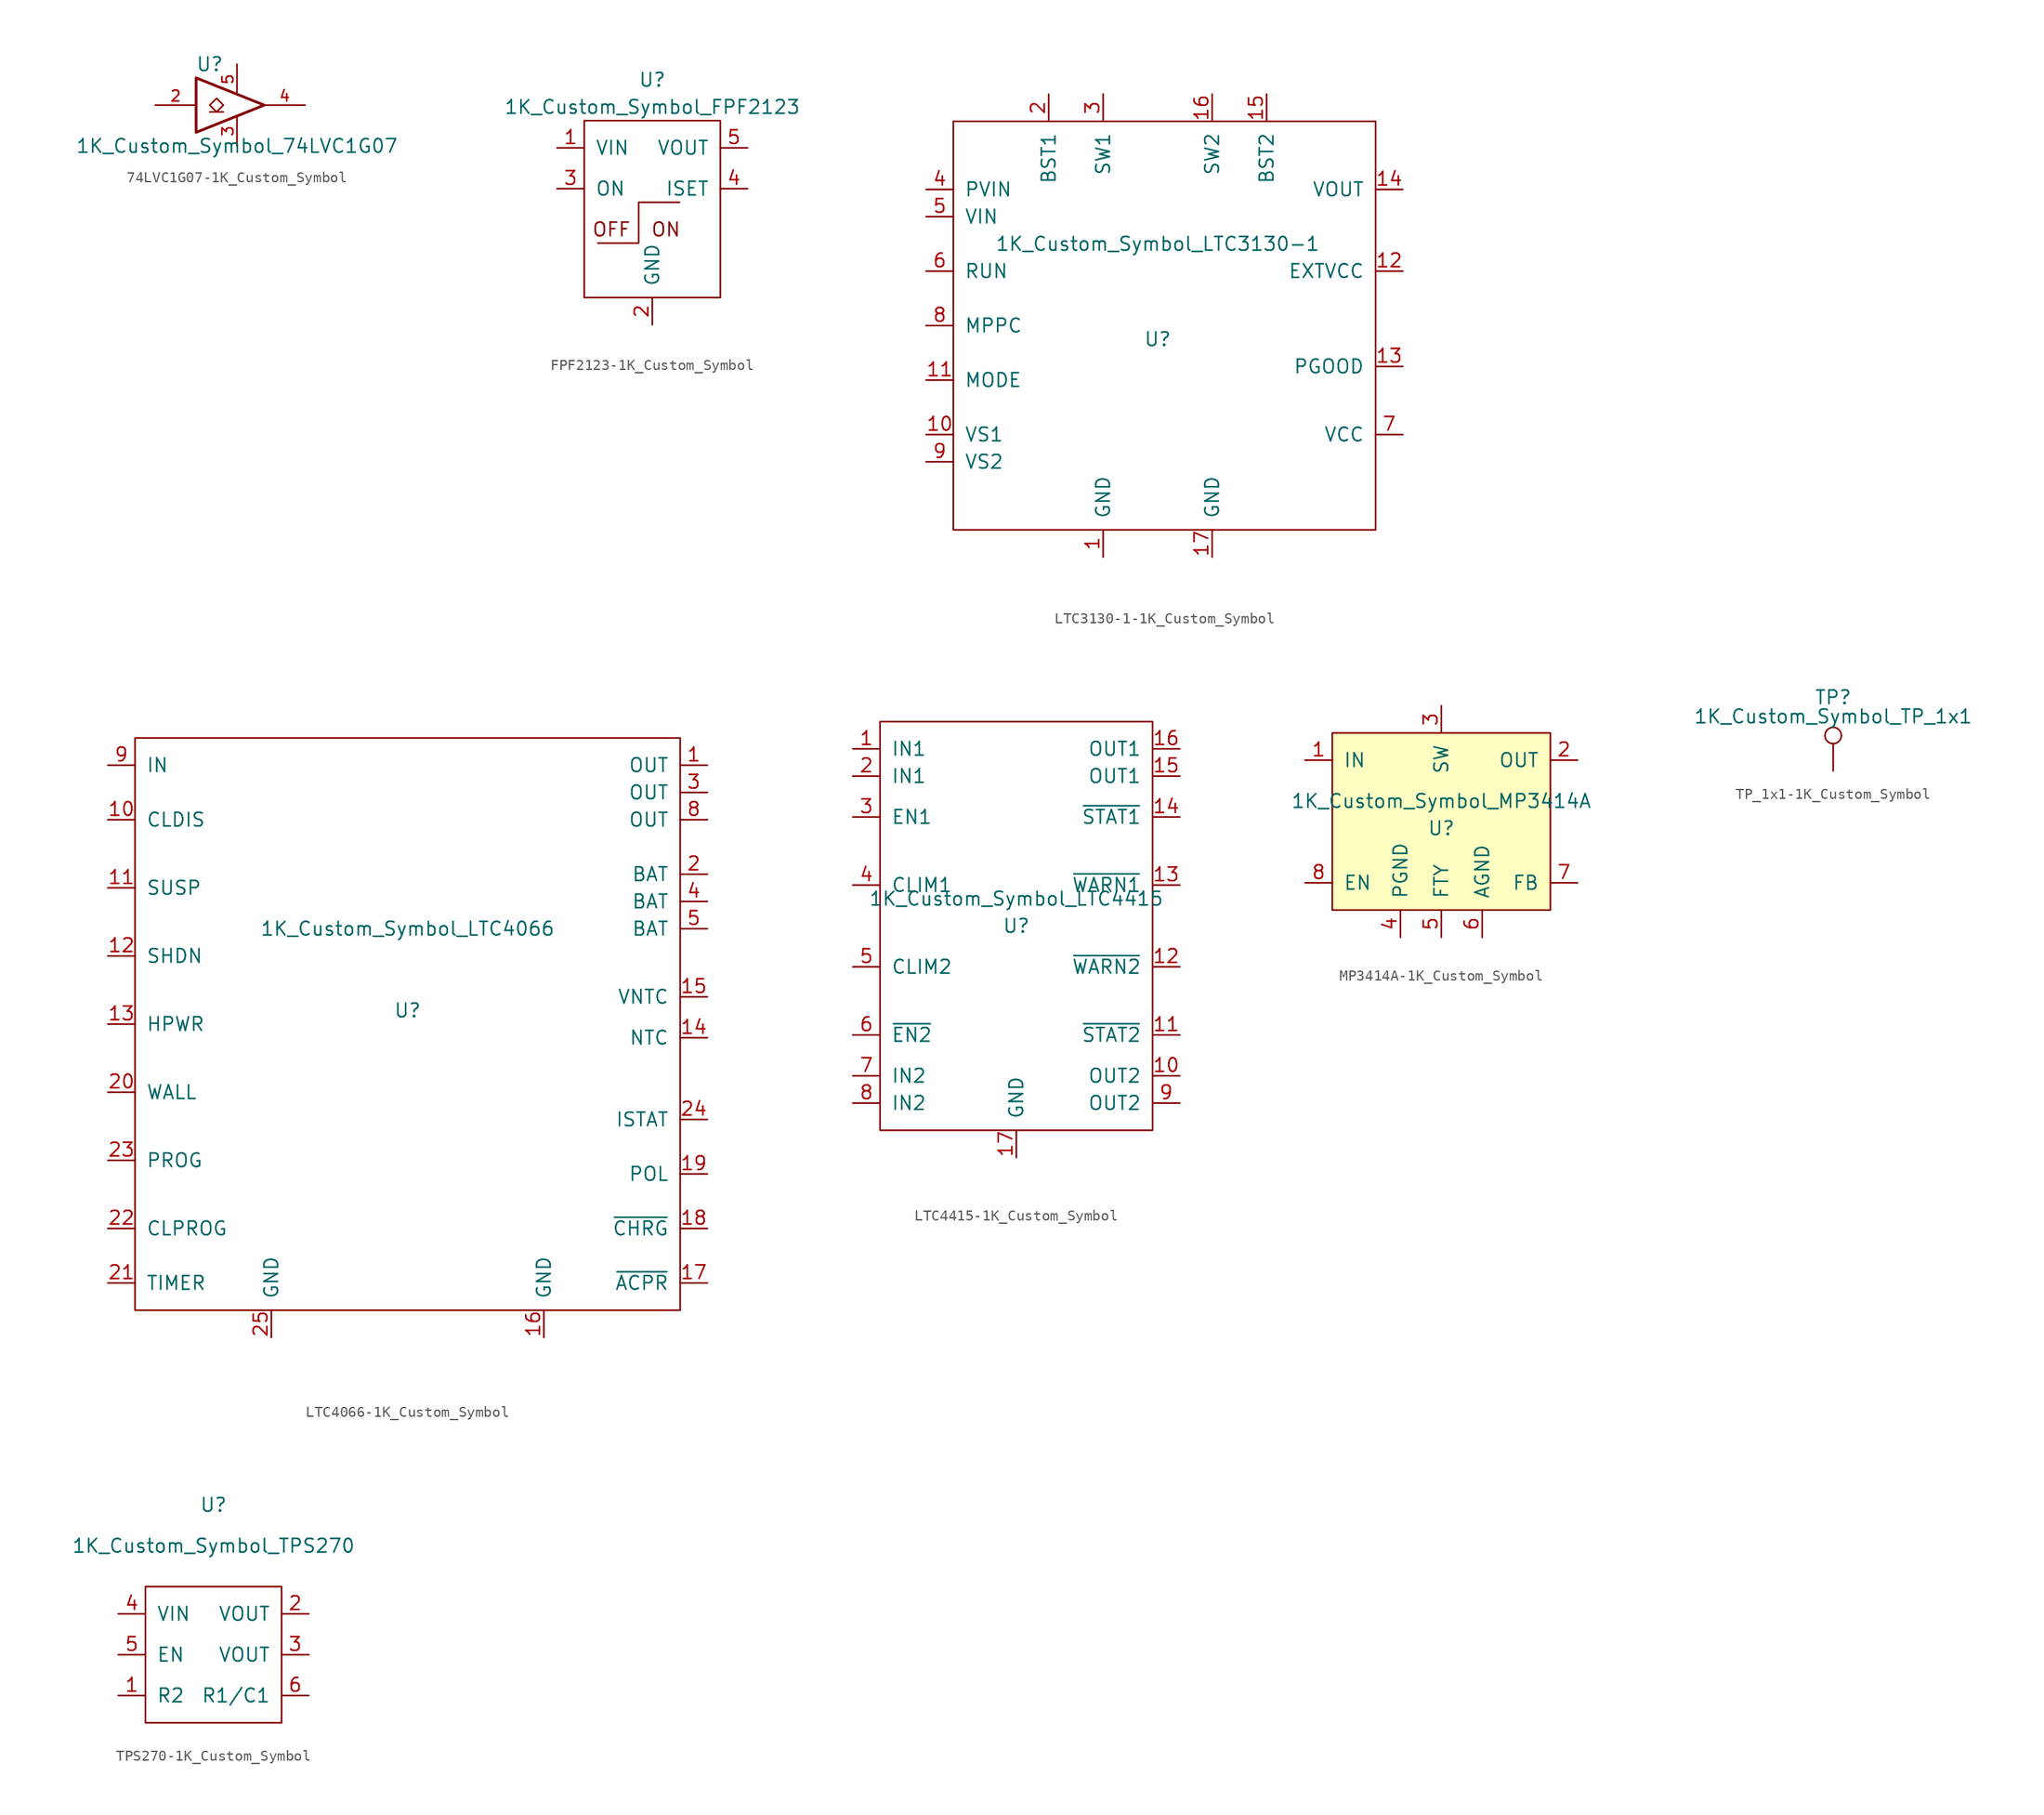
<source format=kicad_sym>
(kicad_symbol_lib
  (version 20231120)
  (generator "kicad_symbol_editor")
  (generator_version "8.0")
  (symbol "74LVC1G07-1K_Custom_Symbol"
    (pin_names
      (offset 1.016))
    (property "Reference" "U"
      (at -2.54 3.81 0)
      (effects (font (size 1.27 1.27))))
    (property "Value" "1K_Custom_Symbol_74LVC1G07"
      (at 0 -3.81 0)
      (effects (font (size 1.27 1.27))))
    (symbol "74LVC1G07-1K_Custom_Symbol_0_1"
      (polyline (pts (xy -2.54 -0.635) (xy -1.27 -0.635)) (stroke (width 0) (type solid)) (fill (type none)))
      (polyline (pts (xy -3.81 2.54) (xy -3.81 -2.54) (xy 2.54 0) (xy -3.81 2.54)) (stroke (width 0.254) (type solid)) (fill (type none)))
      (polyline (pts (xy -1.905 0.635) (xy -2.54 0) (xy -1.905 -0.635) (xy -1.27 0) (xy -1.905 0.635)) (stroke (width 0) (type solid)) (fill (type none))))
    (symbol "74LVC1G07-1K_Custom_Symbol_1_1"
      (pin input line (at -7.62 0 0) (length 3.81) (name "~" (effects (font (size 1.016 1.016)))) (number "2" (effects (font (size 1.016 1.016)))))
      (pin power_in line (at 0 -3.81 90) (length 2.794) (name "~" (effects (font (size 1.016 1.016)))) (number "3" (effects (font (size 1.016 1.016)))))
      (pin open_collector line (at 6.35 0 180) (length 3.81) (name "~" (effects (font (size 1.016 1.016)))) (number "4" (effects (font (size 1.016 1.016)))))
      (pin power_in line (at 0 3.81 270) (length 2.794) (name "~" (effects (font (size 1.016 1.016)))) (number "5" (effects (font (size 1.016 1.016)))))))
  (symbol "FPF2123-1K_Custom_Symbol"
    (pin_names
      (offset 1.016))
    (property "Reference" "U"
      (at 0 13.97 0)
      (effects (font (size 1.27 1.27))))
    (property "Value" "1K_Custom_Symbol_FPF2123"
      (at 0 11.43 0)
      (effects (font (size 1.27 1.27))))
    (symbol "FPF2123-1K_Custom_Symbol_0_0"
      (text "OFF" (at -3.81 0 0) (effects (font (size 1.27 1.27))))
      (text "ON" (at 1.27 0 0) (effects (font (size 1.27 1.27)))))
    (symbol "FPF2123-1K_Custom_Symbol_0_1"
      (rectangle (start -6.35 10.16) (end 6.35 -6.35) (stroke (width 0) (type solid)) (fill (type none)))
      (polyline (pts (xy -5.08 -1.27) (xy -1.27 -1.27) (xy -1.27 2.54) (xy 2.54 2.54)) (stroke (width 0) (type solid)) (fill (type none))))
    (symbol "FPF2123-1K_Custom_Symbol_1_1"
      (pin power_in line (at -8.89 7.62 0) (length 2.54) (name "VIN" (effects (font (size 1.27 1.27)))) (number "1" (effects (font (size 1.27 1.27)))))
      (pin power_in line (at 0 -8.89 90) (length 2.54) (name "GND" (effects (font (size 1.27 1.27)))) (number "2" (effects (font (size 1.27 1.27)))))
      (pin input line (at -8.89 3.81 0) (length 2.54) (name "ON" (effects (font (size 1.27 1.27)))) (number "3" (effects (font (size 1.27 1.27)))))
      (pin input line (at 8.89 3.81 180) (length 2.54) (name "ISET" (effects (font (size 1.27 1.27)))) (number "4" (effects (font (size 1.27 1.27)))))
      (pin power_out line (at 8.89 7.62 180) (length 2.54) (name "VOUT" (effects (font (size 1.27 1.27)))) (number "5" (effects (font (size 1.27 1.27)))))))
  (symbol "LTC3130-1-1K_Custom_Symbol"
    (pin_names
      (offset 1.016))
    (property "Reference" "U"
      (at 0 -1.27 0)
      (effects (font (size 1.27 1.27))))
    (property "Value" "1K_Custom_Symbol_LTC3130-1"
      (at 0 7.62 0)
      (effects (font (size 1.27 1.27))))
    (symbol "LTC3130-1-1K_Custom_Symbol_0_1"
      (rectangle (start -19.05 19.05) (end 20.32 -19.05) (stroke (width 0) (type solid)) (fill (type none))))
    (symbol "LTC3130-1-1K_Custom_Symbol_1_1"
      (pin power_in line (at -5.08 -21.59 90) (length 2.54) (name "GND" (effects (font (size 1.27 1.27)))) (number "1" (effects (font (size 1.27 1.27)))))
      (pin input line (at -21.59 -10.16 0) (length 2.54) (name "VS1" (effects (font (size 1.27 1.27)))) (number "10" (effects (font (size 1.27 1.27)))))
      (pin input line (at -21.59 -5.08 0) (length 2.54) (name "MODE" (effects (font (size 1.27 1.27)))) (number "11" (effects (font (size 1.27 1.27)))))
      (pin power_out line (at 22.86 5.08 180) (length 2.54) (name "EXTVCC" (effects (font (size 1.27 1.27)))) (number "12" (effects (font (size 1.27 1.27)))))
      (pin output line (at 22.86 -3.81 180) (length 2.54) (name "PGOOD" (effects (font (size 1.27 1.27)))) (number "13" (effects (font (size 1.27 1.27)))))
      (pin power_out line (at 22.86 12.7 180) (length 2.54) (name "VOUT" (effects (font (size 1.27 1.27)))) (number "14" (effects (font (size 1.27 1.27)))))
      (pin power_out line (at 10.16 21.59 270) (length 2.54) (name "BST2" (effects (font (size 1.27 1.27)))) (number "15" (effects (font (size 1.27 1.27)))))
      (pin power_out line (at 5.08 21.59 270) (length 2.54) (name "SW2" (effects (font (size 1.27 1.27)))) (number "16" (effects (font (size 1.27 1.27)))))
      (pin power_in line (at 5.08 -21.59 90) (length 2.54) (name "GND" (effects (font (size 1.27 1.27)))) (number "17" (effects (font (size 1.27 1.27)))))
      (pin power_out line (at -10.16 21.59 270) (length 2.54) (name "BST1" (effects (font (size 1.27 1.27)))) (number "2" (effects (font (size 1.27 1.27)))))
      (pin power_out line (at -5.08 21.59 270) (length 2.54) (name "SW1" (effects (font (size 1.27 1.27)))) (number "3" (effects (font (size 1.27 1.27)))))
      (pin input line (at -21.59 12.7 0) (length 2.54) (name "PVIN" (effects (font (size 1.27 1.27)))) (number "4" (effects (font (size 1.27 1.27)))))
      (pin input line (at -21.59 10.16 0) (length 2.54) (name "VIN" (effects (font (size 1.27 1.27)))) (number "5" (effects (font (size 1.27 1.27)))))
      (pin input line (at -21.59 5.08 0) (length 2.54) (name "RUN" (effects (font (size 1.27 1.27)))) (number "6" (effects (font (size 1.27 1.27)))))
      (pin power_out line (at 22.86 -10.16 180) (length 2.54) (name "VCC" (effects (font (size 1.27 1.27)))) (number "7" (effects (font (size 1.27 1.27)))))
      (pin input line (at -21.59 0 0) (length 2.54) (name "MPPC" (effects (font (size 1.27 1.27)))) (number "8" (effects (font (size 1.27 1.27)))))
      (pin input line (at -21.59 -12.7 0) (length 2.54) (name "VS2" (effects (font (size 1.27 1.27)))) (number "9" (effects (font (size 1.27 1.27)))))))
  (symbol "LTC4066-1K_Custom_Symbol"
    (pin_names
      (offset 1.016))
    (property "Reference" "U"
      (at 0 0 0)
      (effects (font (size 1.27 1.27))))
    (property "Value" "1K_Custom_Symbol_LTC4066"
      (at 0 7.62 0)
      (effects (font (size 1.27 1.27))))
    (symbol "LTC4066-1K_Custom_Symbol_0_1"
      (rectangle (start -25.4 25.4) (end 25.4 -27.94) (stroke (width 0) (type solid)) (fill (type none))))
    (symbol "LTC4066-1K_Custom_Symbol_1_1"
      (pin output line (at 27.94 22.86 180) (length 2.54) (name "OUT" (effects (font (size 1.27 1.27)))) (number "1" (effects (font (size 1.27 1.27)))))
      (pin input line (at -27.94 17.78 0) (length 2.54) (name "CLDIS" (effects (font (size 1.27 1.27)))) (number "10" (effects (font (size 1.27 1.27)))))
      (pin input line (at -27.94 11.43 0) (length 2.54) (name "SUSP" (effects (font (size 1.27 1.27)))) (number "11" (effects (font (size 1.27 1.27)))))
      (pin input line (at -27.94 5.08 0) (length 2.54) (name "SHDN" (effects (font (size 1.27 1.27)))) (number "12" (effects (font (size 1.27 1.27)))))
      (pin input line (at -27.94 -1.27 0) (length 2.54) (name "HPWR" (effects (font (size 1.27 1.27)))) (number "13" (effects (font (size 1.27 1.27)))))
      (pin input line (at 27.94 -2.54 180) (length 2.54) (name "NTC" (effects (font (size 1.27 1.27)))) (number "14" (effects (font (size 1.27 1.27)))))
      (pin power_out line (at 27.94 1.27 180) (length 2.54) (name "VNTC" (effects (font (size 1.27 1.27)))) (number "15" (effects (font (size 1.27 1.27)))))
      (pin power_in line (at 12.7 -30.48 90) (length 2.54) (name "GND" (effects (font (size 1.27 1.27)))) (number "16" (effects (font (size 1.27 1.27)))))
      (pin input line (at 27.94 -25.4 180) (length 2.54) (name "~{ACPR}" (effects (font (size 1.27 1.27)))) (number "17" (effects (font (size 1.27 1.27)))))
      (pin input line (at 27.94 -20.32 180) (length 2.54) (name "~{CHRG}" (effects (font (size 1.27 1.27)))) (number "18" (effects (font (size 1.27 1.27)))))
      (pin input line (at 27.94 -15.24 180) (length 2.54) (name "POL" (effects (font (size 1.27 1.27)))) (number "19" (effects (font (size 1.27 1.27)))))
      (pin power_in line (at 27.94 12.7 180) (length 2.54) (name "BAT" (effects (font (size 1.27 1.27)))) (number "2" (effects (font (size 1.27 1.27)))))
      (pin input line (at -27.94 -7.62 0) (length 2.54) (name "WALL" (effects (font (size 1.27 1.27)))) (number "20" (effects (font (size 1.27 1.27)))))
      (pin input line (at -27.94 -25.4 0) (length 2.54) (name "TIMER" (effects (font (size 1.27 1.27)))) (number "21" (effects (font (size 1.27 1.27)))))
      (pin input line (at -27.94 -20.32 0) (length 2.54) (name "CLPROG" (effects (font (size 1.27 1.27)))) (number "22" (effects (font (size 1.27 1.27)))))
      (pin input line (at -27.94 -13.97 0) (length 2.54) (name "PROG" (effects (font (size 1.27 1.27)))) (number "23" (effects (font (size 1.27 1.27)))))
      (pin input line (at 27.94 -10.16 180) (length 2.54) (name "ISTAT" (effects (font (size 1.27 1.27)))) (number "24" (effects (font (size 1.27 1.27)))))
      (pin power_in line (at -12.7 -30.48 90) (length 2.54) (name "GND" (effects (font (size 1.27 1.27)))) (number "25" (effects (font (size 1.27 1.27)))))
      (pin output line (at 27.94 20.32 180) (length 2.54) (name "OUT" (effects (font (size 1.27 1.27)))) (number "3" (effects (font (size 1.27 1.27)))))
      (pin power_in line (at 27.94 10.16 180) (length 2.54) (name "BAT" (effects (font (size 1.27 1.27)))) (number "4" (effects (font (size 1.27 1.27)))))
      (pin power_in line (at 27.94 7.62 180) (length 2.54) (name "BAT" (effects (font (size 1.27 1.27)))) (number "5" (effects (font (size 1.27 1.27)))))
      (pin no_connect line (at -5.08 -30.48 90) (length 2.54) hide (name "NC" (effects (font (size 1.27 1.27)))) (number "6" (effects (font (size 1.27 1.27)))))
      (pin no_connect line (at -2.54 -30.48 90) (length 2.54) hide (name "NC" (effects (font (size 1.27 1.27)))) (number "7" (effects (font (size 1.27 1.27)))))
      (pin output line (at 27.94 17.78 180) (length 2.54) (name "OUT" (effects (font (size 1.27 1.27)))) (number "8" (effects (font (size 1.27 1.27)))))
      (pin power_in line (at -27.94 22.86 0) (length 2.54) (name "IN" (effects (font (size 1.27 1.27)))) (number "9" (effects (font (size 1.27 1.27)))))))
  (symbol "LTC4415-1K_Custom_Symbol"
    (pin_names
      (offset 1.016))
    (property "Reference" "U"
      (at 0 6.35 0)
      (effects (font (size 1.27 1.27))))
    (property "Value" "1K_Custom_Symbol_LTC4415"
      (at 0 8.89 0)
      (effects (font (size 1.27 1.27))))
    (symbol "LTC4415-1K_Custom_Symbol_0_1"
      (rectangle (start -12.7 25.4) (end 12.7 -12.7) (stroke (width 0) (type solid)) (fill (type none))))
    (symbol "LTC4415-1K_Custom_Symbol_1_1"
      (pin power_in line (at -15.24 22.86 0) (length 2.54) (name "IN1" (effects (font (size 1.27 1.27)))) (number "1" (effects (font (size 1.27 1.27)))))
      (pin power_out line (at 15.24 -7.62 180) (length 2.54) (name "OUT2" (effects (font (size 1.27 1.27)))) (number "10" (effects (font (size 1.27 1.27)))))
      (pin output line (at 15.24 -3.81 180) (length 2.54) (name "~{STAT2}" (effects (font (size 1.27 1.27)))) (number "11" (effects (font (size 1.27 1.27)))))
      (pin output line (at 15.24 2.54 180) (length 2.54) (name "~{WARN2}" (effects (font (size 1.27 1.27)))) (number "12" (effects (font (size 1.27 1.27)))))
      (pin output line (at 15.24 10.16 180) (length 2.54) (name "~{WARN1}" (effects (font (size 1.27 1.27)))) (number "13" (effects (font (size 1.27 1.27)))))
      (pin output line (at 15.24 16.51 180) (length 2.54) (name "~{STAT1}" (effects (font (size 1.27 1.27)))) (number "14" (effects (font (size 1.27 1.27)))))
      (pin power_out line (at 15.24 20.32 180) (length 2.54) (name "OUT1" (effects (font (size 1.27 1.27)))) (number "15" (effects (font (size 1.27 1.27)))))
      (pin power_out line (at 15.24 22.86 180) (length 2.54) (name "OUT1" (effects (font (size 1.27 1.27)))) (number "16" (effects (font (size 1.27 1.27)))))
      (pin power_in line (at 0 -15.24 90) (length 2.54) (name "GND" (effects (font (size 1.27 1.27)))) (number "17" (effects (font (size 1.27 1.27)))))
      (pin power_in line (at -15.24 20.32 0) (length 2.54) (name "IN1" (effects (font (size 1.27 1.27)))) (number "2" (effects (font (size 1.27 1.27)))))
      (pin input line (at -15.24 16.51 0) (length 2.54) (name "EN1" (effects (font (size 1.27 1.27)))) (number "3" (effects (font (size 1.27 1.27)))))
      (pin input line (at -15.24 10.16 0) (length 2.54) (name "CLIM1" (effects (font (size 1.27 1.27)))) (number "4" (effects (font (size 1.27 1.27)))))
      (pin input line (at -15.24 2.54 0) (length 2.54) (name "CLIM2" (effects (font (size 1.27 1.27)))) (number "5" (effects (font (size 1.27 1.27)))))
      (pin input line (at -15.24 -3.81 0) (length 2.54) (name "~{EN2}" (effects (font (size 1.27 1.27)))) (number "6" (effects (font (size 1.27 1.27)))))
      (pin power_in line (at -15.24 -7.62 0) (length 2.54) (name "IN2" (effects (font (size 1.27 1.27)))) (number "7" (effects (font (size 1.27 1.27)))))
      (pin power_in line (at -15.24 -10.16 0) (length 2.54) (name "IN2" (effects (font (size 1.27 1.27)))) (number "8" (effects (font (size 1.27 1.27)))))
      (pin power_out line (at 15.24 -10.16 180) (length 2.54) (name "OUT2" (effects (font (size 1.27 1.27)))) (number "9" (effects (font (size 1.27 1.27)))))))
  (symbol "MP3414A-1K_Custom_Symbol"
    (pin_names
      (offset 1.016))
    (property "Reference" "U"
      (at 0 1.27 0)
      (effects (font (size 1.27 1.27))))
    (property "Value" "1K_Custom_Symbol_MP3414A"
      (at 0 3.81 0)
      (effects (font (size 1.27 1.27))))
    (symbol "MP3414A-1K_Custom_Symbol_0_1"
      (rectangle (start -10.16 10.16) (end 10.16 -6.35) (stroke (width 0) (type solid)) (fill (type background))))
    (symbol "MP3414A-1K_Custom_Symbol_1_1"
      (pin power_in line (at -12.7 7.62 0) (length 2.54) (name "IN" (effects (font (size 1.27 1.27)))) (number "1" (effects (font (size 1.27 1.27)))))
      (pin power_out line (at 12.7 7.62 180) (length 2.54) (name "OUT" (effects (font (size 1.27 1.27)))) (number "2" (effects (font (size 1.27 1.27)))))
      (pin power_in line (at 0 12.7 270) (length 2.54) (name "SW" (effects (font (size 1.27 1.27)))) (number "3" (effects (font (size 1.27 1.27)))))
      (pin power_in line (at -3.81 -8.89 90) (length 2.54) (name "PGND" (effects (font (size 1.27 1.27)))) (number "4" (effects (font (size 1.27 1.27)))))
      (pin passive line (at 0 -8.89 90) (length 2.54) (name "FTY" (effects (font (size 1.27 1.27)))) (number "5" (effects (font (size 1.27 1.27)))))
      (pin power_in line (at 3.81 -8.89 90) (length 2.54) (name "AGND" (effects (font (size 1.27 1.27)))) (number "6" (effects (font (size 1.27 1.27)))))
      (pin input line (at 12.7 -3.81 180) (length 2.54) (name "FB" (effects (font (size 1.27 1.27)))) (number "7" (effects (font (size 1.27 1.27)))))
      (pin input line (at -12.7 -3.81 0) (length 2.54) (name "EN" (effects (font (size 1.27 1.27)))) (number "8" (effects (font (size 1.27 1.27)))))))
  (symbol "TP_1x1-1K_Custom_Symbol"
    (pin_numbers hide)
    (pin_names
      (offset 0.762) hide)
    (property "Reference" "TP"
      (at 0 6.858 0)
      (effects (font (size 1.27 1.27))))
    (property "Value" "1K_Custom_Symbol_TP_1x1"
      (at 0 5.08 0)
      (effects (font (size 1.27 1.27))))
    (symbol "TP_1x1-1K_Custom_Symbol_0_1"
      (circle (center 0 3.302) (radius 0.762) (stroke (width 0) (type solid)) (fill (type none))))
    (symbol "TP_1x1-1K_Custom_Symbol_1_1"
      (pin passive line (at 0 0 90) (length 2.54) (name "1" (effects (font (size 1.27 1.27)))) (number "1" (effects (font (size 1.27 1.27)))))))
  (symbol "TPS270-1K_Custom_Symbol"
    (pin_names
      (offset 1.016))
    (property "Reference" "U"
      (at 0 20.32 0)
      (effects (font (size 1.27 1.27))))
    (property "Value" "1K_Custom_Symbol_TPS270"
      (at 0 16.51 0)
      (effects (font (size 1.27 1.27))))
    (symbol "TPS270-1K_Custom_Symbol_0_1"
      (rectangle (start -6.35 12.7) (end 6.35 0) (stroke (width 0) (type solid)) (fill (type none))))
    (symbol "TPS270-1K_Custom_Symbol_1_1"
      (pin input line (at -8.89 2.54 0) (length 2.54) (name "R2" (effects (font (size 1.27 1.27)))) (number "1" (effects (font (size 1.27 1.27)))))
      (pin output line (at 8.89 10.16 180) (length 2.54) (name "VOUT" (effects (font (size 1.27 1.27)))) (number "2" (effects (font (size 1.27 1.27)))))
      (pin output line (at 8.89 6.35 180) (length 2.54) (name "VOUT" (effects (font (size 1.27 1.27)))) (number "3" (effects (font (size 1.27 1.27)))))
      (pin input line (at -8.89 10.16 0) (length 2.54) (name "VIN" (effects (font (size 1.27 1.27)))) (number "4" (effects (font (size 1.27 1.27)))))
      (pin input line (at -8.89 6.35 0) (length 2.54) (name "EN" (effects (font (size 1.27 1.27)))) (number "5" (effects (font (size 1.27 1.27)))))
      (pin input line (at 8.89 2.54 180) (length 2.54) (name "R1/C1" (effects (font (size 1.27 1.27)))) (number "6" (effects (font (size 1.27 1.27))))))))
</source>
